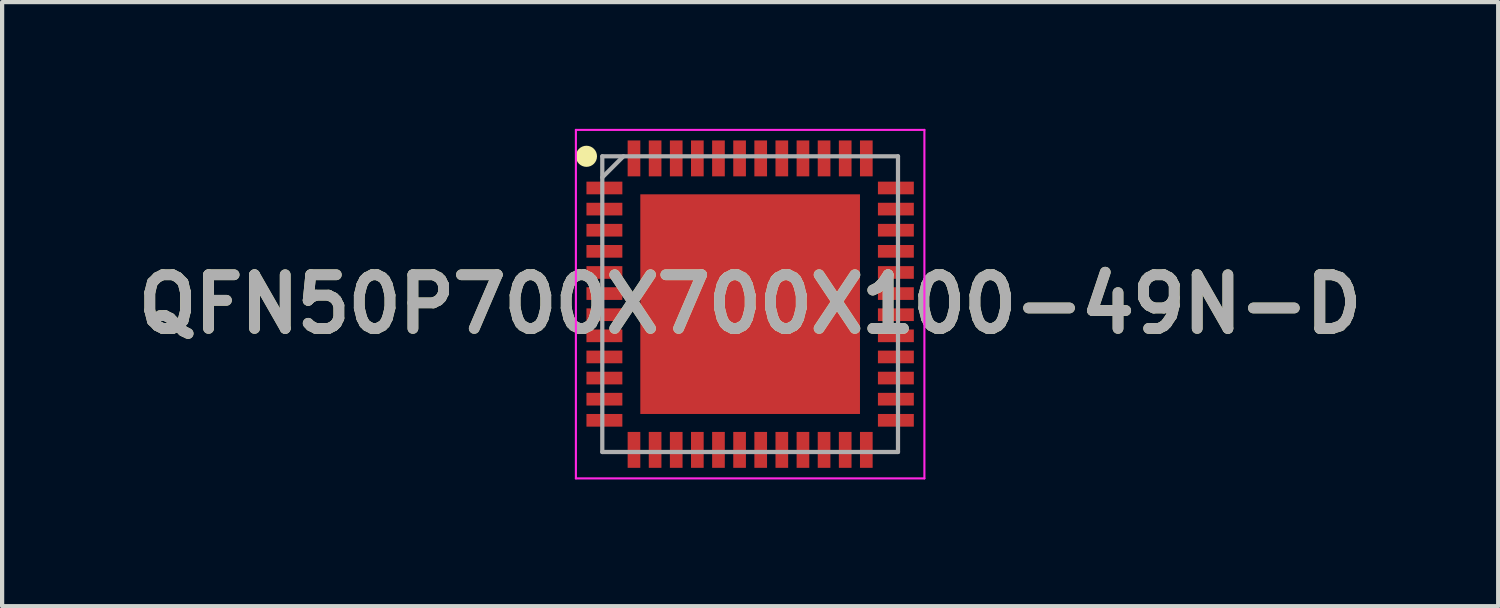
<source format=kicad_pcb>
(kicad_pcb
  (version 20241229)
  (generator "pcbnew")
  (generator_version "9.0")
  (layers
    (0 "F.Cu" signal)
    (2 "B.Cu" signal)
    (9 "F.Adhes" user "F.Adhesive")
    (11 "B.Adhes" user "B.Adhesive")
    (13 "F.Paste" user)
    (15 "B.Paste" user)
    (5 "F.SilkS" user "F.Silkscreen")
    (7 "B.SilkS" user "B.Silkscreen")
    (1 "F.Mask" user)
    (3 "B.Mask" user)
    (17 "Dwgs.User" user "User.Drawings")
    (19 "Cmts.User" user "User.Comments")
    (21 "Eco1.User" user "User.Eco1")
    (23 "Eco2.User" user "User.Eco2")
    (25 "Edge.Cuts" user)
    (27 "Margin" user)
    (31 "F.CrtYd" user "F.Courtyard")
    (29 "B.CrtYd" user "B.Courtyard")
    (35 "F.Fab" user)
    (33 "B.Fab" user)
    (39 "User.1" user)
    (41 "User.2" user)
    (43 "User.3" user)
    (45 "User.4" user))
  (footprint "QFN50P700X700X100-49N-D"
    (layer "F.Cu")
    (at 14.708 4.15)
    (property "Reference" "QFN50P700X700X100-49N-D" (at 0 0 0) (layer "F.SilkS") (effects (font (size 1.27 1.27) (thickness 0.254))))
    (attr smd)
    (fp_circle (center -3.875 -3.5) (end -3.875 -3.375) (stroke (width 0.25) (type solid)) (fill no) (layer "F.SilkS"))
    (fp_line (start -4.125 -4.125) (end 4.125 -4.125) (stroke (width 0.05) (type solid)) (layer "F.CrtYd"))
    (fp_line (start -4.125 4.125) (end -4.125 -4.125) (stroke (width 0.05) (type solid)) (layer "F.CrtYd"))
    (fp_line (start 4.125 -4.125) (end 4.125 4.125) (stroke (width 0.05) (type solid)) (layer "F.CrtYd"))
    (fp_line (start 4.125 4.125) (end -4.125 4.125) (stroke (width 0.05) (type solid)) (layer "F.CrtYd"))
    (fp_line (start -3.5 -3.5) (end 3.5 -3.5) (stroke (width 0.1) (type solid)) (layer "F.Fab"))
    (fp_line (start -3.5 -3) (end -3 -3.5) (stroke (width 0.1) (type solid)) (layer "F.Fab"))
    (fp_line (start -3.5 3.5) (end -3.5 -3.5) (stroke (width 0.1) (type solid)) (layer "F.Fab"))
    (fp_line (start 3.5 -3.5) (end 3.5 3.5) (stroke (width 0.1) (type solid)) (layer "F.Fab"))
    (fp_line (start 3.5 3.5) (end -3.5 3.5) (stroke (width 0.1) (type solid)) (layer "F.Fab"))
    (fp_text user "${REFERENCE}" (at 0 0 0) (layer "F.Fab") (effects (font (size 1.27 1.27) (thickness 0.254))))
    (pad "1" smd rect (at -3.45 -2.75 90) (size 0.3 0.85) (layers "F.Cu" "F.Mask" "F.Paste"))
    (pad "2" smd rect (at -3.45 -2.25 90) (size 0.3 0.85) (layers "F.Cu" "F.Mask" "F.Paste"))
    (pad "3" smd rect (at -3.45 -1.75 90) (size 0.3 0.85) (layers "F.Cu" "F.Mask" "F.Paste"))
    (pad "4" smd rect (at -3.45 -1.25 90) (size 0.3 0.85) (layers "F.Cu" "F.Mask" "F.Paste"))
    (pad "5" smd rect (at -3.45 -0.75 90) (size 0.3 0.85) (layers "F.Cu" "F.Mask" "F.Paste"))
    (pad "6" smd rect (at -3.45 -0.25 90) (size 0.3 0.85) (layers "F.Cu" "F.Mask" "F.Paste"))
    (pad "7" smd rect (at -3.45 0.25 90) (size 0.3 0.85) (layers "F.Cu" "F.Mask" "F.Paste"))
    (pad "8" smd rect (at -3.45 0.75 90) (size 0.3 0.85) (layers "F.Cu" "F.Mask" "F.Paste"))
    (pad "9" smd rect (at -3.45 1.25 90) (size 0.3 0.85) (layers "F.Cu" "F.Mask" "F.Paste"))
    (pad "10" smd rect (at -3.45 1.75 90) (size 0.3 0.85) (layers "F.Cu" "F.Mask" "F.Paste"))
    (pad "11" smd rect (at -3.45 2.25 90) (size 0.3 0.85) (layers "F.Cu" "F.Mask" "F.Paste"))
    (pad "12" smd rect (at -3.45 2.75 90) (size 0.3 0.85) (layers "F.Cu" "F.Mask" "F.Paste"))
    (pad "13" smd rect (at -2.75 3.45) (size 0.3 0.85) (layers "F.Cu" "F.Mask" "F.Paste"))
    (pad "14" smd rect (at -2.25 3.45) (size 0.3 0.85) (layers "F.Cu" "F.Mask" "F.Paste"))
    (pad "15" smd rect (at -1.75 3.45) (size 0.3 0.85) (layers "F.Cu" "F.Mask" "F.Paste"))
    (pad "16" smd rect (at -1.25 3.45) (size 0.3 0.85) (layers "F.Cu" "F.Mask" "F.Paste"))
    (pad "17" smd rect (at -0.75 3.45) (size 0.3 0.85) (layers "F.Cu" "F.Mask" "F.Paste"))
    (pad "18" smd rect (at -0.25 3.45) (size 0.3 0.85) (layers "F.Cu" "F.Mask" "F.Paste"))
    (pad "19" smd rect (at 0.25 3.45) (size 0.3 0.85) (layers "F.Cu" "F.Mask" "F.Paste"))
    (pad "20" smd rect (at 0.75 3.45) (size 0.3 0.85) (layers "F.Cu" "F.Mask" "F.Paste"))
    (pad "21" smd rect (at 1.25 3.45) (size 0.3 0.85) (layers "F.Cu" "F.Mask" "F.Paste"))
    (pad "22" smd rect (at 1.75 3.45) (size 0.3 0.85) (layers "F.Cu" "F.Mask" "F.Paste"))
    (pad "23" smd rect (at 2.25 3.45) (size 0.3 0.85) (layers "F.Cu" "F.Mask" "F.Paste"))
    (pad "24" smd rect (at 2.75 3.45) (size 0.3 0.85) (layers "F.Cu" "F.Mask" "F.Paste"))
    (pad "25" smd rect (at 3.45 2.75 90) (size 0.3 0.85) (layers "F.Cu" "F.Mask" "F.Paste"))
    (pad "26" smd rect (at 3.45 2.25 90) (size 0.3 0.85) (layers "F.Cu" "F.Mask" "F.Paste"))
    (pad "27" smd rect (at 3.45 1.75 90) (size 0.3 0.85) (layers "F.Cu" "F.Mask" "F.Paste"))
    (pad "28" smd rect (at 3.45 1.25 90) (size 0.3 0.85) (layers "F.Cu" "F.Mask" "F.Paste"))
    (pad "29" smd rect (at 3.45 0.75 90) (size 0.3 0.85) (layers "F.Cu" "F.Mask" "F.Paste"))
    (pad "30" smd rect (at 3.45 0.25 90) (size 0.3 0.85) (layers "F.Cu" "F.Mask" "F.Paste"))
    (pad "31" smd rect (at 3.45 -0.25 90) (size 0.3 0.85) (layers "F.Cu" "F.Mask" "F.Paste"))
    (pad "32" smd rect (at 3.45 -0.75 90) (size 0.3 0.85) (layers "F.Cu" "F.Mask" "F.Paste"))
    (pad "33" smd rect (at 3.45 -1.25 90) (size 0.3 0.85) (layers "F.Cu" "F.Mask" "F.Paste"))
    (pad "34" smd rect (at 3.45 -1.75 90) (size 0.3 0.85) (layers "F.Cu" "F.Mask" "F.Paste"))
    (pad "35" smd rect (at 3.45 -2.25 90) (size 0.3 0.85) (layers "F.Cu" "F.Mask" "F.Paste"))
    (pad "36" smd rect (at 3.45 -2.75 90) (size 0.3 0.85) (layers "F.Cu" "F.Mask" "F.Paste"))
    (pad "37" smd rect (at 2.75 -3.45) (size 0.3 0.85) (layers "F.Cu" "F.Mask" "F.Paste"))
    (pad "38" smd rect (at 2.25 -3.45) (size 0.3 0.85) (layers "F.Cu" "F.Mask" "F.Paste"))
    (pad "39" smd rect (at 1.75 -3.45) (size 0.3 0.85) (layers "F.Cu" "F.Mask" "F.Paste"))
    (pad "40" smd rect (at 1.25 -3.45) (size 0.3 0.85) (layers "F.Cu" "F.Mask" "F.Paste"))
    (pad "41" smd rect (at 0.75 -3.45) (size 0.3 0.85) (layers "F.Cu" "F.Mask" "F.Paste"))
    (pad "42" smd rect (at 0.25 -3.45) (size 0.3 0.85) (layers "F.Cu" "F.Mask" "F.Paste"))
    (pad "43" smd rect (at -0.25 -3.45) (size 0.3 0.85) (layers "F.Cu" "F.Mask" "F.Paste"))
    (pad "44" smd rect (at -0.75 -3.45) (size 0.3 0.85) (layers "F.Cu" "F.Mask" "F.Paste"))
    (pad "45" smd rect (at -1.25 -3.45) (size 0.3 0.85) (layers "F.Cu" "F.Mask" "F.Paste"))
    (pad "46" smd rect (at -1.75 -3.45) (size 0.3 0.85) (layers "F.Cu" "F.Mask" "F.Paste"))
    (pad "47" smd rect (at -2.25 -3.45) (size 0.3 0.85) (layers "F.Cu" "F.Mask" "F.Paste"))
    (pad "48" smd rect (at -2.75 -3.45) (size 0.3 0.85) (layers "F.Cu" "F.Mask" "F.Paste"))
    (pad "49" smd rect (at 0 0) (size 5.2 5.2) (layers "F.Cu" "F.Mask" "F.Paste")))
  (gr_rect
    (start -3 -3)
    (end 32.416 11.3)
    (stroke (width 0.1) (type default))
    (fill no)
    (layer "Edge.Cuts")))
</source>
